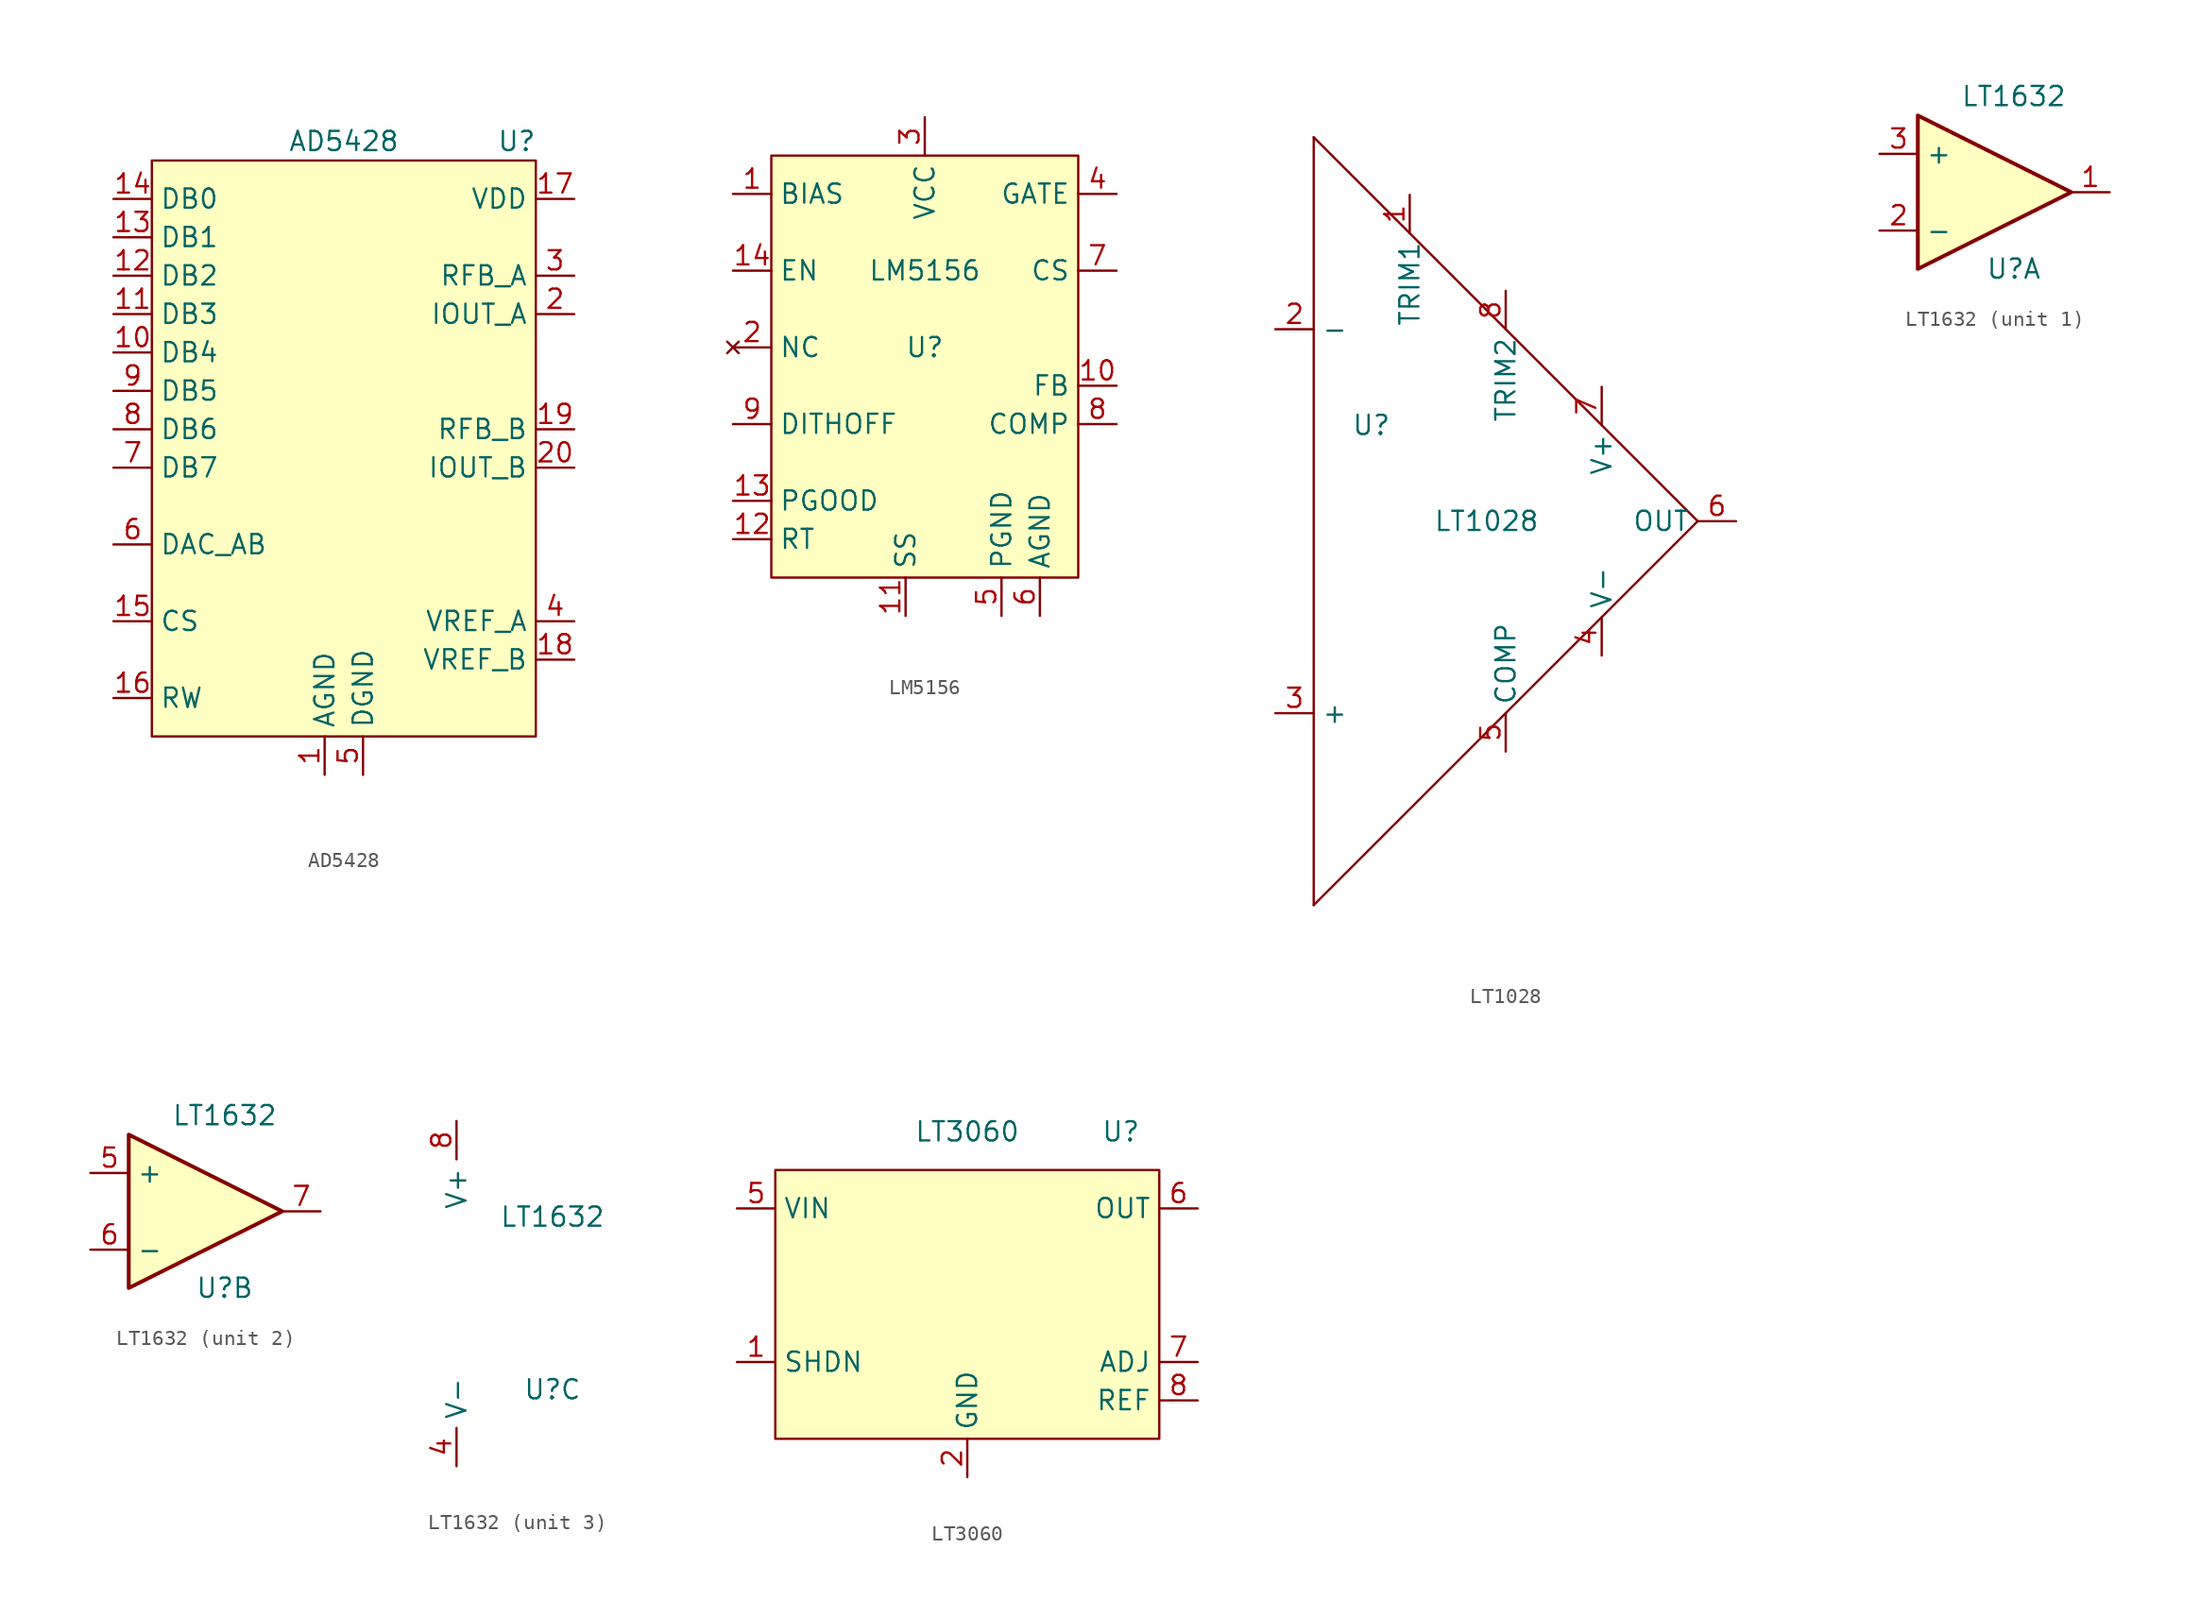
<source format=kicad_sym>
(kicad_symbol_lib
  (version 20211014)
  (generator kicad_symbol_editor)
  (symbol "AD5428"
    (property "Reference" "U"
      (at 11.43 1.27 0)
      (effects (font (size 1.27 1.27))))
    (property "Value" "AD5428"
      (at 0 1.27 0)
      (effects (font (size 1.27 1.27))))
    (symbol "AD5428_0_1"
      (rectangle (start -12.7 0) (end 12.7 -38.1) (stroke (width 0) (type default) (color 0 0 0 0)) (fill (type background))))
    (symbol "AD5428_1_1"
      (pin power_in line (at -1.27 -40.64 90) (length 2.54) (name "AGND" (effects (font (size 1.27 1.27)))) (number "1" (effects (font (size 1.27 1.27)))))
      (pin input line (at -15.24 -12.7 0) (length 2.54) (name "DB4" (effects (font (size 1.27 1.27)))) (number "10" (effects (font (size 1.27 1.27)))))
      (pin input line (at -15.24 -10.16 0) (length 2.54) (name "DB3" (effects (font (size 1.27 1.27)))) (number "11" (effects (font (size 1.27 1.27)))))
      (pin input line (at -15.24 -7.62 0) (length 2.54) (name "DB2" (effects (font (size 1.27 1.27)))) (number "12" (effects (font (size 1.27 1.27)))))
      (pin input line (at -15.24 -5.08 0) (length 2.54) (name "DB1" (effects (font (size 1.27 1.27)))) (number "13" (effects (font (size 1.27 1.27)))))
      (pin input line (at -15.24 -2.54 0) (length 2.54) (name "DB0" (effects (font (size 1.27 1.27)))) (number "14" (effects (font (size 1.27 1.27)))))
      (pin input line (at -15.24 -30.48 0) (length 2.54) (name "CS" (effects (font (size 1.27 1.27)))) (number "15" (effects (font (size 1.27 1.27)))))
      (pin input line (at -15.24 -35.56 0) (length 2.54) (name "RW" (effects (font (size 1.27 1.27)))) (number "16" (effects (font (size 1.27 1.27)))))
      (pin power_in line (at 15.24 -2.54 180) (length 2.54) (name "VDD" (effects (font (size 1.27 1.27)))) (number "17" (effects (font (size 1.27 1.27)))))
      (pin passive line (at 15.24 -33.02 180) (length 2.54) (name "VREF_B" (effects (font (size 1.27 1.27)))) (number "18" (effects (font (size 1.27 1.27)))))
      (pin input line (at 15.24 -17.78 180) (length 2.54) (name "RFB_B" (effects (font (size 1.27 1.27)))) (number "19" (effects (font (size 1.27 1.27)))))
      (pin passive line (at 15.24 -10.16 180) (length 2.54) (name "IOUT_A" (effects (font (size 1.27 1.27)))) (number "2" (effects (font (size 1.27 1.27)))))
      (pin passive line (at 15.24 -20.32 180) (length 2.54) (name "IOUT_B" (effects (font (size 1.27 1.27)))) (number "20" (effects (font (size 1.27 1.27)))))
      (pin input line (at 15.24 -7.62 180) (length 2.54) (name "RFB_A" (effects (font (size 1.27 1.27)))) (number "3" (effects (font (size 1.27 1.27)))))
      (pin passive line (at 15.24 -30.48 180) (length 2.54) (name "VREF_A" (effects (font (size 1.27 1.27)))) (number "4" (effects (font (size 1.27 1.27)))))
      (pin power_in line (at 1.27 -40.64 90) (length 2.54) (name "DGND" (effects (font (size 1.27 1.27)))) (number "5" (effects (font (size 1.27 1.27)))))
      (pin input line (at -15.24 -25.4 0) (length 2.54) (name "DAC_AB" (effects (font (size 1.27 1.27)))) (number "6" (effects (font (size 1.27 1.27)))))
      (pin input line (at -15.24 -20.32 0) (length 2.54) (name "DB7" (effects (font (size 1.27 1.27)))) (number "7" (effects (font (size 1.27 1.27)))))
      (pin input line (at -15.24 -17.78 0) (length 2.54) (name "DB6" (effects (font (size 1.27 1.27)))) (number "8" (effects (font (size 1.27 1.27)))))
      (pin input line (at -15.24 -15.24 0) (length 2.54) (name "DB5" (effects (font (size 1.27 1.27)))) (number "9" (effects (font (size 1.27 1.27)))))))
  (symbol "LM5156"
    (property "Reference" "U"
      (at 0 -12.7 0)
      (effects (font (size 1.27 1.27))))
    (property "Value" "LM5156"
      (at 0 -7.62 0)
      (effects (font (size 1.27 1.27))))
    (symbol "LM5156_0_1"
      (rectangle (start -10.16 0) (end 10.16 -27.94) (stroke (width 0) (type default) (color 0 0 0 0)) (fill (type background))))
    (symbol "LM5156_1_1"
      (pin power_in line (at -12.7 -2.54 0) (length 2.54) (name "BIAS" (effects (font (size 1.27 1.27)))) (number "1" (effects (font (size 1.27 1.27)))))
      (pin input line (at 12.7 -15.24 180) (length 2.54) (name "FB" (effects (font (size 1.27 1.27)))) (number "10" (effects (font (size 1.27 1.27)))))
      (pin input line (at -1.27 -30.48 90) (length 2.54) (name "SS" (effects (font (size 1.27 1.27)))) (number "11" (effects (font (size 1.27 1.27)))))
      (pin input line (at -12.7 -25.4 0) (length 2.54) (name "RT" (effects (font (size 1.27 1.27)))) (number "12" (effects (font (size 1.27 1.27)))))
      (pin output line (at -12.7 -22.86 0) (length 2.54) (name "PGOOD" (effects (font (size 1.27 1.27)))) (number "13" (effects (font (size 1.27 1.27)))))
      (pin input line (at -12.7 -7.62 0) (length 2.54) (name "EN" (effects (font (size 1.27 1.27)))) (number "14" (effects (font (size 1.27 1.27)))))
      (pin no_connect line (at -12.7 -12.7 0) (length 2.54) (name "NC" (effects (font (size 1.27 1.27)))) (number "2" (effects (font (size 1.27 1.27)))))
      (pin output line (at 0 2.54 270) (length 2.54) (name "VCC" (effects (font (size 1.27 1.27)))) (number "3" (effects (font (size 1.27 1.27)))))
      (pin output line (at 12.7 -2.54 180) (length 2.54) (name "GATE" (effects (font (size 1.27 1.27)))) (number "4" (effects (font (size 1.27 1.27)))))
      (pin passive line (at 5.08 -30.48 90) (length 2.54) (name "PGND" (effects (font (size 1.27 1.27)))) (number "5" (effects (font (size 1.27 1.27)))))
      (pin passive line (at 7.62 -30.48 90) (length 2.54) (name "AGND" (effects (font (size 1.27 1.27)))) (number "6" (effects (font (size 1.27 1.27)))))
      (pin input line (at 12.7 -7.62 180) (length 2.54) (name "CS" (effects (font (size 1.27 1.27)))) (number "7" (effects (font (size 1.27 1.27)))))
      (pin output line (at 12.7 -17.78 180) (length 2.54) (name "COMP" (effects (font (size 1.27 1.27)))) (number "8" (effects (font (size 1.27 1.27)))))
      (pin input line (at -12.7 -17.78 0) (length 2.54) (name "DITHOFF" (effects (font (size 1.27 1.27)))) (number "9" (effects (font (size 1.27 1.27)))))))
  (symbol "LT1028"
    (property "Reference" "U"
      (at -8.89 -19.05 0)
      (effects (font (size 1.27 1.27))))
    (property "Value" "LT1028"
      (at -1.27 -25.4 0)
      (effects (font (size 1.27 1.27))))
    (symbol "LT1028_0_1"
      (polyline (pts (xy -12.7 0) (xy -12.7 -50.8)) (stroke (width 0) (type default) (color 0 0 0 0)) (fill (type none)))
      (polyline (pts (xy -12.7 0) (xy 12.7 -25.4)) (stroke (width 0) (type default) (color 0 0 0 0)) (fill (type none)))
      (polyline (pts (xy 12.7 -25.4) (xy -12.7 -50.8)) (stroke (width 0) (type default) (color 0 0 0 0)) (fill (type none))))
    (symbol "LT1028_1_1"
      (pin output line (at -6.35 -3.81 270) (length 2.54) (name "TRIM1" (effects (font (size 1.27 1.27)))) (number "1" (effects (font (size 1.27 1.27)))))
      (pin input line (at -15.24 -12.7 0) (length 2.54) (name "-" (effects (font (size 1.27 1.27)))) (number "2" (effects (font (size 1.27 1.27)))))
      (pin input line (at -15.24 -38.1 0) (length 2.54) (name "+" (effects (font (size 1.27 1.27)))) (number "3" (effects (font (size 1.27 1.27)))))
      (pin power_in line (at 6.35 -34.29 90) (length 2.54) (name "V-" (effects (font (size 1.27 1.27)))) (number "4" (effects (font (size 1.27 1.27)))))
      (pin passive line (at 0 -40.64 90) (length 2.54) (name "COMP" (effects (font (size 1.27 1.27)))) (number "5" (effects (font (size 1.27 1.27)))))
      (pin output line (at 15.24 -25.4 180) (length 2.54) (name "OUT" (effects (font (size 1.27 1.27)))) (number "6" (effects (font (size 1.27 1.27)))))
      (pin power_in line (at 6.35 -16.51 270) (length 2.54) (name "V+" (effects (font (size 1.27 1.27)))) (number "7" (effects (font (size 1.27 1.27)))))
      (pin output line (at 0 -10.16 270) (length 2.54) (name "TRIM2" (effects (font (size 1.27 1.27)))) (number "8" (effects (font (size 1.27 1.27)))))))
  (symbol "LT1632"
    (property "Reference" "U"
      (at 6.35 -10.16 0)
      (effects (font (size 1.27 1.27))))
    (property "Value" "LT1632"
      (at 6.35 1.27 0)
      (effects (font (size 1.27 1.27))))
    (property "ki_locked" ""
      (at 0 0 0)
      (effects (font (size 1.27 1.27))))
    (symbol "LT1632_1_1"
      (polyline (pts (xy 0 0) (xy 10.16 -5.08) (xy 0 -10.16) (xy 0 0)) (stroke (width 0.254) (type default) (color 0 0 0 0)) (fill (type background)))
      (pin output line (at 12.7 -5.08 180) (length 2.54) (name "~" (effects (font (size 1.27 1.27)))) (number "1" (effects (font (size 1.27 1.27)))))
      (pin input line (at -2.54 -7.62 0) (length 2.54) (name "-" (effects (font (size 1.27 1.27)))) (number "2" (effects (font (size 1.27 1.27)))))
      (pin input line (at -2.54 -2.54 0) (length 2.54) (name "+" (effects (font (size 1.27 1.27)))) (number "3" (effects (font (size 1.27 1.27))))))
    (symbol "LT1632_2_1"
      (polyline (pts (xy 0 0) (xy 10.16 -5.08) (xy 0 -10.16) (xy 0 0)) (stroke (width 0.254) (type default) (color 0 0 0 0)) (fill (type background)))
      (pin input line (at -2.54 -2.54 0) (length 2.54) (name "+" (effects (font (size 1.27 1.27)))) (number "5" (effects (font (size 1.27 1.27)))))
      (pin input line (at -2.54 -7.62 0) (length 2.54) (name "-" (effects (font (size 1.27 1.27)))) (number "6" (effects (font (size 1.27 1.27)))))
      (pin output line (at 12.7 -5.08 180) (length 2.54) (name "~" (effects (font (size 1.27 1.27)))) (number "7" (effects (font (size 1.27 1.27))))))
    (symbol "LT1632_3_1"
      (pin power_in line (at 0 -15.24 90) (length 2.54) (name "V-" (effects (font (size 1.27 1.27)))) (number "4" (effects (font (size 1.27 1.27)))))
      (pin power_in line (at 0 7.62 270) (length 2.54) (name "V+" (effects (font (size 1.27 1.27)))) (number "8" (effects (font (size 1.27 1.27)))))))
  (symbol "LT3060"
    (property "Reference" "U"
      (at 22.86 2.54 0)
      (effects (font (size 1.27 1.27))))
    (property "Value" "LT3060"
      (at 12.7 2.54 0)
      (effects (font (size 1.27 1.27))))
    (symbol "LT3060_0_1"
      (rectangle (start 25.4 -17.78) (end 0 0) (stroke (width 0) (type default) (color 0 0 0 0)) (fill (type background))))
    (symbol "LT3060_1_1"
      (pin passive line (at -2.54 -12.7 0) (length 2.54) (name "SHDN" (effects (font (size 1.27 1.27)))) (number "1" (effects (font (size 1.27 1.27)))))
      (pin passive line (at 12.7 -20.32 90) (length 2.54) (name "GND" (effects (font (size 1.27 1.27)))) (number "2" (effects (font (size 1.27 1.27)))))
      (pin passive line (at 12.7 -20.32 90) (length 2.54) hide (name "GND" (effects (font (size 1.27 1.27)))) (number "3" (effects (font (size 1.27 1.27)))))
      (pin passive line (at 12.7 -20.32 90) (length 2.54) hide (name "GND" (effects (font (size 1.27 1.27)))) (number "4" (effects (font (size 1.27 1.27)))))
      (pin power_in line (at -2.54 -2.54 0) (length 2.54) (name "VIN" (effects (font (size 1.27 1.27)))) (number "5" (effects (font (size 1.27 1.27)))))
      (pin power_out line (at 27.94 -2.54 180) (length 2.54) (name "OUT" (effects (font (size 1.27 1.27)))) (number "6" (effects (font (size 1.27 1.27)))))
      (pin passive line (at 27.94 -12.7 180) (length 2.54) (name "ADJ" (effects (font (size 1.27 1.27)))) (number "7" (effects (font (size 1.27 1.27)))))
      (pin passive line (at 27.94 -15.24 180) (length 2.54) (name "REF" (effects (font (size 1.27 1.27)))) (number "8" (effects (font (size 1.27 1.27))))))))
</source>
